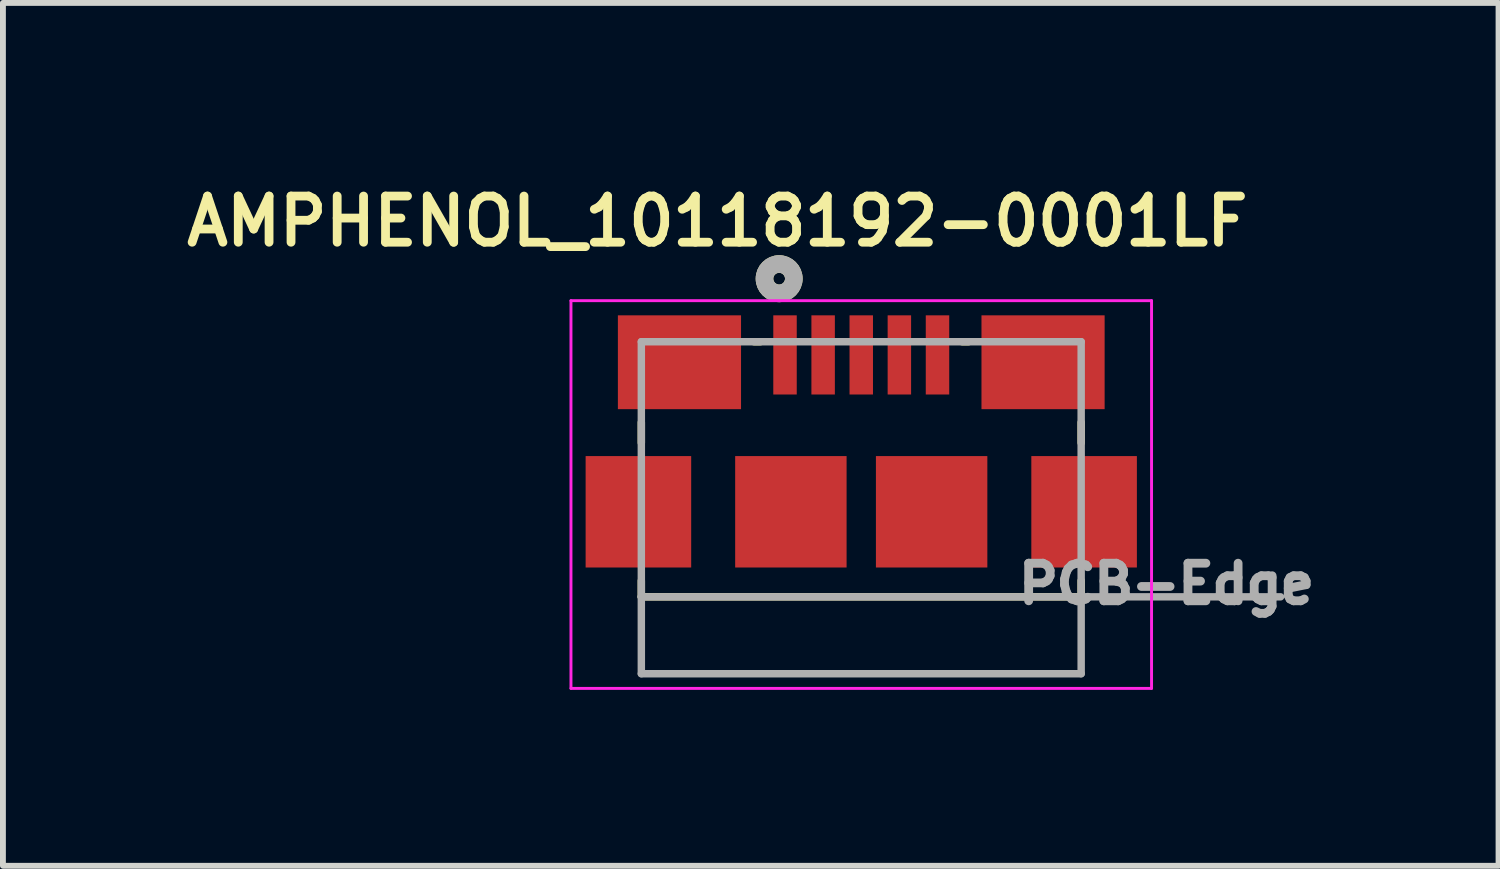
<source format=kicad_pcb>
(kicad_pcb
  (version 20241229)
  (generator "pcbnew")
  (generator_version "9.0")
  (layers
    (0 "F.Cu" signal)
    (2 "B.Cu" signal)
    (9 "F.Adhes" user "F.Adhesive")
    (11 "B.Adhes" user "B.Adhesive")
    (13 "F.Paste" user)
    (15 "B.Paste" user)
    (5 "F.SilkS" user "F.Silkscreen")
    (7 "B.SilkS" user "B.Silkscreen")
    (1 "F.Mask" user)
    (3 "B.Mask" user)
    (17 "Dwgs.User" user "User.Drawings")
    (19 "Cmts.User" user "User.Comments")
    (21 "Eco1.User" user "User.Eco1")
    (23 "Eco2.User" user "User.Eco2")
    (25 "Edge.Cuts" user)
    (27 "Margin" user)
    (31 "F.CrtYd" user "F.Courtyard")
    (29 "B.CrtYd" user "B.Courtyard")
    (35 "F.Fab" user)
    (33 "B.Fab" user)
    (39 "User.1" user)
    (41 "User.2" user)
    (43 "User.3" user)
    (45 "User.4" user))
  (footprint "AMPHENOL_10118192-0001LF"
    (layer "F.Cu")
    (at 11.636 3.002)
    (property "Reference" "AMPHENOL_10118192-0001LF" (at -2.453 -2.278 0) (layer "F.SilkS") (effects (font (size 0.787 0.787) (thickness 0.15))))
    (attr through_hole)
    (fp_line (start -3.75 1.15) (end -3.75 1.5) (stroke (width 0.127) (type solid)) (layer "F.SilkS"))
    (fp_line (start -3.75 3.85) (end -3.75 4.125) (stroke (width 0.127) (type solid)) (layer "F.SilkS"))
    (fp_line (start -3.75 4.125) (end 3.75 4.125) (stroke (width 0.127) (type solid)) (layer "F.SilkS"))
    (fp_line (start -1.83 -0.225) (end -1.72 -0.225) (stroke (width 0.127) (type solid)) (layer "F.SilkS"))
    (fp_line (start 1.72 -0.225) (end 1.83 -0.225) (stroke (width 0.127) (type solid)) (layer "F.SilkS"))
    (fp_line (start 3.75 1.15) (end 3.75 1.5) (stroke (width 0.127) (type solid)) (layer "F.SilkS"))
    (fp_line (start 3.75 4.125) (end 3.75 3.85) (stroke (width 0.127) (type solid)) (layer "F.SilkS"))
    (fp_circle (center -1.4 -1.3) (end -1.3 -1.3) (stroke (width 0.3) (type solid)) (fill no) (layer "F.SilkS"))
    (fp_line (start -4.95 -0.925) (end 4.95 -0.925) (stroke (width 0.05) (type solid)) (layer "F.CrtYd"))
    (fp_line (start -4.95 5.686) (end -4.95 -0.925) (stroke (width 0.05) (type solid)) (layer "F.CrtYd"))
    (fp_line (start 4.95 -0.925) (end 4.95 5.686) (stroke (width 0.05) (type solid)) (layer "F.CrtYd"))
    (fp_line (start 4.95 5.686) (end -4.95 5.686) (stroke (width 0.05) (type solid)) (layer "F.CrtYd"))
    (fp_line (start -3.75 -0.225) (end 3.75 -0.225) (stroke (width 0.127) (type solid)) (layer "F.Fab"))
    (fp_line (start -3.75 4.125) (end -3.75 -0.225) (stroke (width 0.127) (type solid)) (layer "F.Fab"))
    (fp_line (start -3.75 5.436) (end -3.75 4.125) (stroke (width 0.127) (type solid)) (layer "F.Fab"))
    (fp_line (start 3.75 -0.225) (end 3.75 4.125) (stroke (width 0.127) (type solid)) (layer "F.Fab"))
    (fp_line (start 3.75 4.125) (end -3.75 4.125) (stroke (width 0.127) (type solid)) (layer "F.Fab"))
    (fp_line (start 3.75 4.125) (end 3.75 5.436) (stroke (width 0.127) (type solid)) (layer "F.Fab"))
    (fp_line (start 3.75 4.125) (end 7.15 4.125) (stroke (width 0.127) (type solid)) (layer "F.Fab"))
    (fp_line (start 3.75 5.436) (end -3.75 5.436) (stroke (width 0.127) (type solid)) (layer "F.Fab"))
    (fp_circle (center -1.4 -1.3) (end -1.3 -1.3) (stroke (width 0.3) (type solid)) (fill no) (layer "F.Fab"))
    (fp_text user "PCB-Edge" (at 5.205 3.904 0) (layer "F.Fab") (effects (font (size 0.641 0.641) (thickness 0.15))))
    (pad "1" smd rect (at -1.3 0) (size 0.4 1.35) (layers "F.Cu" "F.Mask" "F.Paste"))
    (pad "2" smd rect (at -0.65 0) (size 0.4 1.35) (layers "F.Cu" "F.Mask" "F.Paste"))
    (pad "3" smd rect (at 0 0) (size 0.4 1.35) (layers "F.Cu" "F.Mask" "F.Paste"))
    (pad "4" smd rect (at 0.65 0) (size 0.4 1.35) (layers "F.Cu" "F.Mask" "F.Paste"))
    (pad "5" smd rect (at 1.3 0) (size 0.4 1.35) (layers "F.Cu" "F.Mask" "F.Paste"))
    (pad "SH1" smd rect (at -3.1 0.125) (size 2.1 1.6) (layers "F.Cu" "F.Mask" "F.Paste"))
    (pad "SH2" smd rect (at 3.1 0.125) (size 2.1 1.6) (layers "F.Cu" "F.Mask" "F.Paste"))
    (pad "SH3" smd rect (at -3.8 2.675 180) (size 1.8 1.9) (layers "F.Cu" "F.Mask" "F.Paste"))
    (pad "SH4" smd rect (at -1.2 2.675) (size 1.9 1.9) (layers "F.Cu" "F.Mask" "F.Paste"))
    (pad "SH5" smd rect (at 1.2 2.675) (size 1.9 1.9) (layers "F.Cu" "F.Mask" "F.Paste"))
    (pad "SH6" smd rect (at 3.8 2.675 180) (size 1.8 1.9) (layers "F.Cu" "F.Mask" "F.Paste")))
  (gr_rect
    (start -3 -3)
    (end 22.503 11.713)
    (stroke (width 0.1) (type default))
    (fill no)
    (layer "Edge.Cuts")))
</source>
